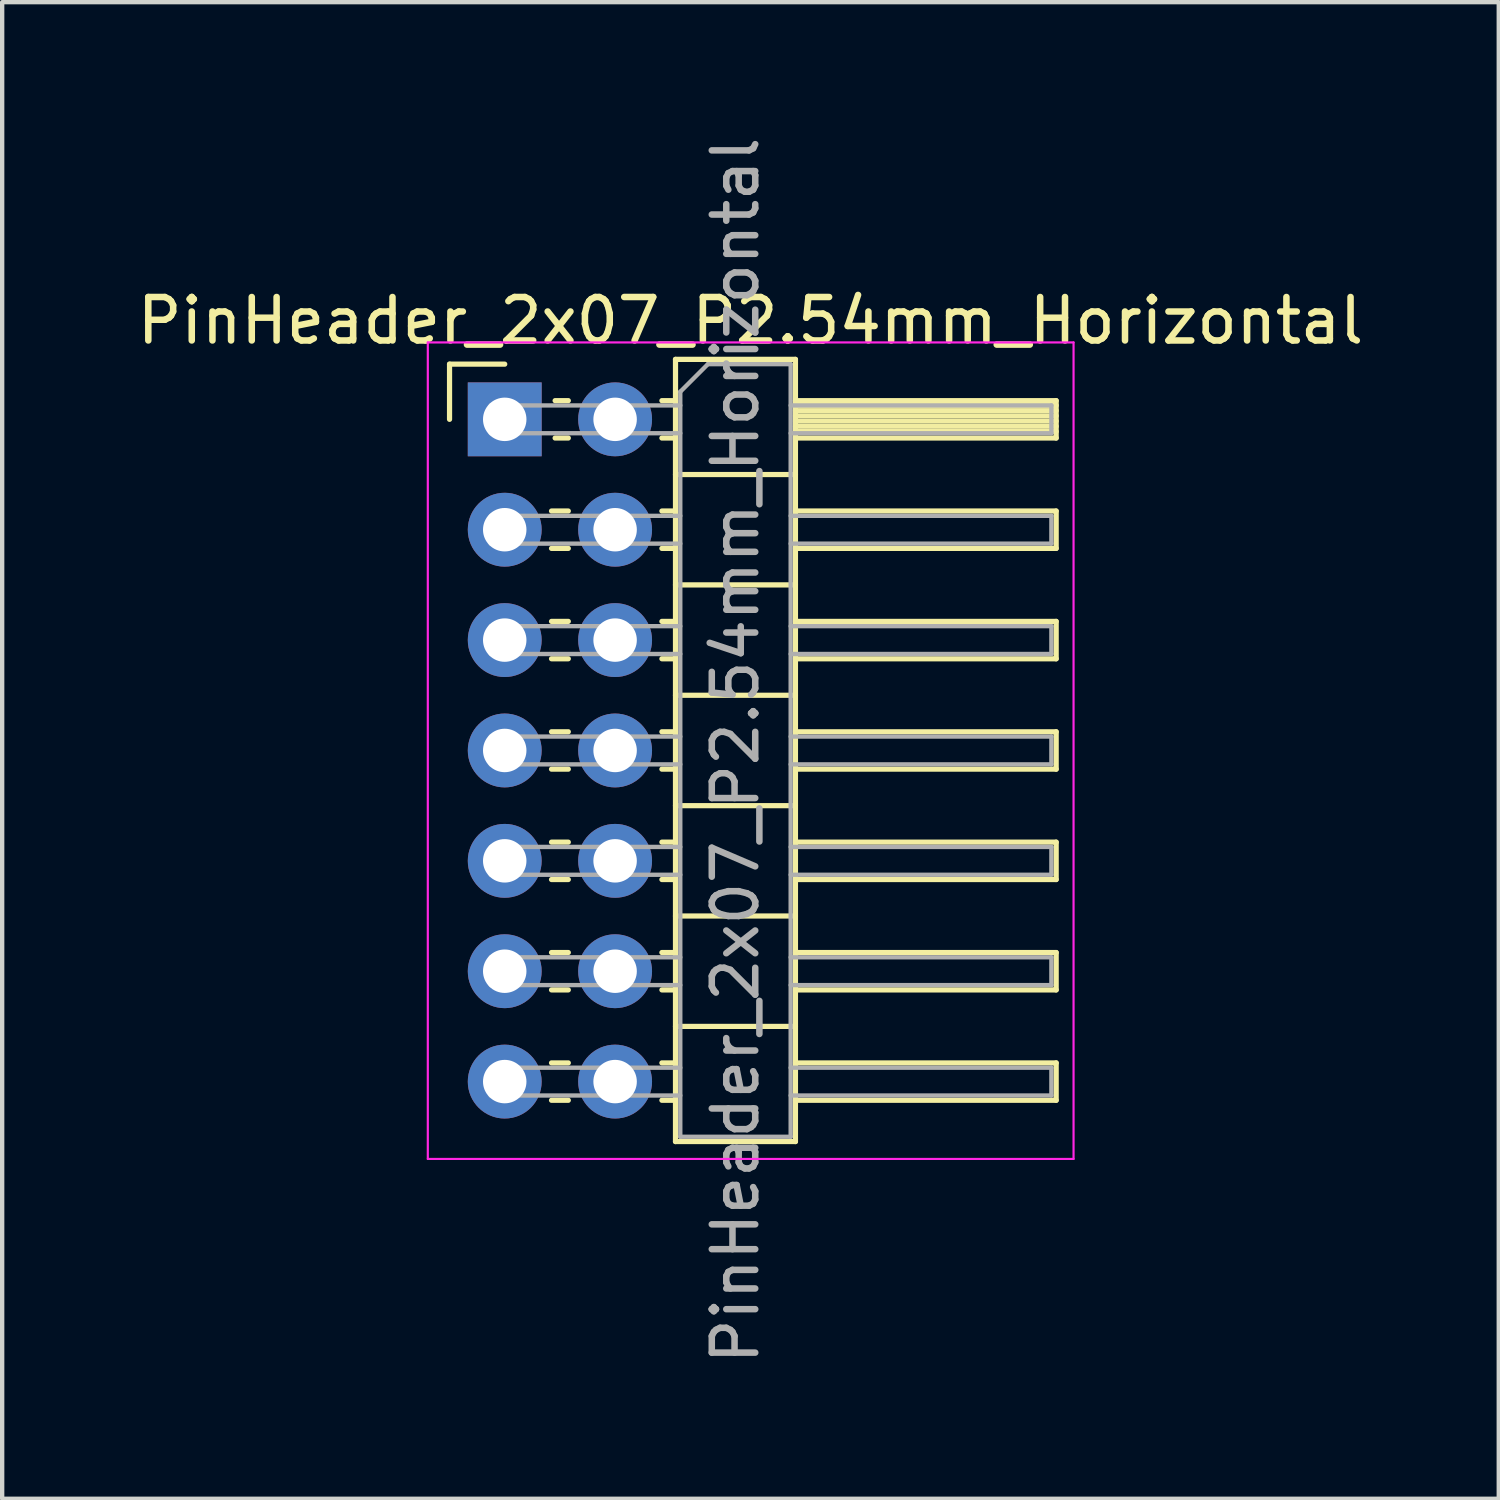
<source format=kicad_pcb>
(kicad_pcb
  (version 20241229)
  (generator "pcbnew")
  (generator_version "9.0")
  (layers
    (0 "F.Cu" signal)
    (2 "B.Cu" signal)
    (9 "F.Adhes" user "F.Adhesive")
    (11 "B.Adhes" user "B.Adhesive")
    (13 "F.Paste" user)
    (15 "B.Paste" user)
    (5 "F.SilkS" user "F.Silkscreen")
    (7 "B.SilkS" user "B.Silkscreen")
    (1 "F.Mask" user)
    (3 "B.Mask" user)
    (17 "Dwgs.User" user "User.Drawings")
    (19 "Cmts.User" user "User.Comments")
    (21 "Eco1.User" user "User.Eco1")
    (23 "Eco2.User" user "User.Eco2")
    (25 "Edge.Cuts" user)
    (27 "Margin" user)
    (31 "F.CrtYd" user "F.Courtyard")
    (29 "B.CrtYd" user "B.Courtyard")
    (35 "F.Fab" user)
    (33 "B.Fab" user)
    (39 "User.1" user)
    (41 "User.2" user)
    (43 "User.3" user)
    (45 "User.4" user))
  (footprint "PinHeader_2x07_P2.54mm_Horizontal"
    (layer "F.Cu")
    (at 8.565 6.6)
    (property "Reference" "PinHeader_2x07_P2.54mm_Horizontal" (at 5.655 -2.27 0) (layer "F.SilkS") (effects (font (size 1 1) (thickness 0.15))))
    (attr through_hole)
    (fp_line (start -1.27 -1.27) (end 0 -1.27) (stroke (width 0.12) (type solid)) (layer "F.SilkS"))
    (fp_line (start -1.27 0) (end -1.27 -1.27) (stroke (width 0.12) (type solid)) (layer "F.SilkS"))
    (fp_line (start 1.077 2.11) (end 1.463 2.11) (stroke (width 0.12) (type solid)) (layer "F.SilkS"))
    (fp_line (start 1.077 2.97) (end 1.463 2.97) (stroke (width 0.12) (type solid)) (layer "F.SilkS"))
    (fp_line (start 1.077 4.65) (end 1.463 4.65) (stroke (width 0.12) (type solid)) (layer "F.SilkS"))
    (fp_line (start 1.077 5.51) (end 1.463 5.51) (stroke (width 0.12) (type solid)) (layer "F.SilkS"))
    (fp_line (start 1.077 7.19) (end 1.463 7.19) (stroke (width 0.12) (type solid)) (layer "F.SilkS"))
    (fp_line (start 1.077 8.05) (end 1.463 8.05) (stroke (width 0.12) (type solid)) (layer "F.SilkS"))
    (fp_line (start 1.077 9.73) (end 1.463 9.73) (stroke (width 0.12) (type solid)) (layer "F.SilkS"))
    (fp_line (start 1.077 10.59) (end 1.463 10.59) (stroke (width 0.12) (type solid)) (layer "F.SilkS"))
    (fp_line (start 1.077 12.27) (end 1.463 12.27) (stroke (width 0.12) (type solid)) (layer "F.SilkS"))
    (fp_line (start 1.077 13.13) (end 1.463 13.13) (stroke (width 0.12) (type solid)) (layer "F.SilkS"))
    (fp_line (start 1.077 14.81) (end 1.463 14.81) (stroke (width 0.12) (type solid)) (layer "F.SilkS"))
    (fp_line (start 1.077 15.67) (end 1.463 15.67) (stroke (width 0.12) (type solid)) (layer "F.SilkS"))
    (fp_line (start 1.16 -0.43) (end 1.463 -0.43) (stroke (width 0.12) (type solid)) (layer "F.SilkS"))
    (fp_line (start 1.16 0.43) (end 1.463 0.43) (stroke (width 0.12) (type solid)) (layer "F.SilkS"))
    (fp_line (start 3.617 -0.43) (end 3.93 -0.43) (stroke (width 0.12) (type solid)) (layer "F.SilkS"))
    (fp_line (start 3.617 0.43) (end 3.93 0.43) (stroke (width 0.12) (type solid)) (layer "F.SilkS"))
    (fp_line (start 3.617 2.11) (end 3.93 2.11) (stroke (width 0.12) (type solid)) (layer "F.SilkS"))
    (fp_line (start 3.617 2.97) (end 3.93 2.97) (stroke (width 0.12) (type solid)) (layer "F.SilkS"))
    (fp_line (start 3.617 4.65) (end 3.93 4.65) (stroke (width 0.12) (type solid)) (layer "F.SilkS"))
    (fp_line (start 3.617 5.51) (end 3.93 5.51) (stroke (width 0.12) (type solid)) (layer "F.SilkS"))
    (fp_line (start 3.617 7.19) (end 3.93 7.19) (stroke (width 0.12) (type solid)) (layer "F.SilkS"))
    (fp_line (start 3.617 8.05) (end 3.93 8.05) (stroke (width 0.12) (type solid)) (layer "F.SilkS"))
    (fp_line (start 3.617 9.73) (end 3.93 9.73) (stroke (width 0.12) (type solid)) (layer "F.SilkS"))
    (fp_line (start 3.617 10.59) (end 3.93 10.59) (stroke (width 0.12) (type solid)) (layer "F.SilkS"))
    (fp_line (start 3.617 12.27) (end 3.93 12.27) (stroke (width 0.12) (type solid)) (layer "F.SilkS"))
    (fp_line (start 3.617 13.13) (end 3.93 13.13) (stroke (width 0.12) (type solid)) (layer "F.SilkS"))
    (fp_line (start 3.617 14.81) (end 3.93 14.81) (stroke (width 0.12) (type solid)) (layer "F.SilkS"))
    (fp_line (start 3.617 15.67) (end 3.93 15.67) (stroke (width 0.12) (type solid)) (layer "F.SilkS"))
    (fp_line (start 3.93 -1.38) (end 3.93 16.62) (stroke (width 0.12) (type solid)) (layer "F.SilkS"))
    (fp_line (start 3.93 1.27) (end 6.69 1.27) (stroke (width 0.12) (type solid)) (layer "F.SilkS"))
    (fp_line (start 3.93 3.81) (end 6.69 3.81) (stroke (width 0.12) (type solid)) (layer "F.SilkS"))
    (fp_line (start 3.93 6.35) (end 6.69 6.35) (stroke (width 0.12) (type solid)) (layer "F.SilkS"))
    (fp_line (start 3.93 8.89) (end 6.69 8.89) (stroke (width 0.12) (type solid)) (layer "F.SilkS"))
    (fp_line (start 3.93 11.43) (end 6.69 11.43) (stroke (width 0.12) (type solid)) (layer "F.SilkS"))
    (fp_line (start 3.93 13.97) (end 6.69 13.97) (stroke (width 0.12) (type solid)) (layer "F.SilkS"))
    (fp_line (start 3.93 16.62) (end 6.69 16.62) (stroke (width 0.12) (type solid)) (layer "F.SilkS"))
    (fp_line (start 6.69 -1.38) (end 3.93 -1.38) (stroke (width 0.12) (type solid)) (layer "F.SilkS"))
    (fp_line (start 6.69 -0.43) (end 12.69 -0.43) (stroke (width 0.12) (type solid)) (layer "F.SilkS"))
    (fp_line (start 6.69 -0.32) (end 12.69 -0.32) (stroke (width 0.12) (type solid)) (layer "F.SilkS"))
    (fp_line (start 6.69 -0.2) (end 12.69 -0.2) (stroke (width 0.12) (type solid)) (layer "F.SilkS"))
    (fp_line (start 6.69 -0.08) (end 12.69 -0.08) (stroke (width 0.12) (type solid)) (layer "F.SilkS"))
    (fp_line (start 6.69 0.04) (end 12.69 0.04) (stroke (width 0.12) (type solid)) (layer "F.SilkS"))
    (fp_line (start 6.69 0.16) (end 12.69 0.16) (stroke (width 0.12) (type solid)) (layer "F.SilkS"))
    (fp_line (start 6.69 0.28) (end 12.69 0.28) (stroke (width 0.12) (type solid)) (layer "F.SilkS"))
    (fp_line (start 6.69 2.11) (end 12.69 2.11) (stroke (width 0.12) (type solid)) (layer "F.SilkS"))
    (fp_line (start 6.69 4.65) (end 12.69 4.65) (stroke (width 0.12) (type solid)) (layer "F.SilkS"))
    (fp_line (start 6.69 7.19) (end 12.69 7.19) (stroke (width 0.12) (type solid)) (layer "F.SilkS"))
    (fp_line (start 6.69 9.73) (end 12.69 9.73) (stroke (width 0.12) (type solid)) (layer "F.SilkS"))
    (fp_line (start 6.69 12.27) (end 12.69 12.27) (stroke (width 0.12) (type solid)) (layer "F.SilkS"))
    (fp_line (start 6.69 14.81) (end 12.69 14.81) (stroke (width 0.12) (type solid)) (layer "F.SilkS"))
    (fp_line (start 6.69 16.62) (end 6.69 -1.38) (stroke (width 0.12) (type solid)) (layer "F.SilkS"))
    (fp_line (start 12.69 -0.43) (end 12.69 0.43) (stroke (width 0.12) (type solid)) (layer "F.SilkS"))
    (fp_line (start 12.69 0.43) (end 6.69 0.43) (stroke (width 0.12) (type solid)) (layer "F.SilkS"))
    (fp_line (start 12.69 2.11) (end 12.69 2.97) (stroke (width 0.12) (type solid)) (layer "F.SilkS"))
    (fp_line (start 12.69 2.97) (end 6.69 2.97) (stroke (width 0.12) (type solid)) (layer "F.SilkS"))
    (fp_line (start 12.69 4.65) (end 12.69 5.51) (stroke (width 0.12) (type solid)) (layer "F.SilkS"))
    (fp_line (start 12.69 5.51) (end 6.69 5.51) (stroke (width 0.12) (type solid)) (layer "F.SilkS"))
    (fp_line (start 12.69 7.19) (end 12.69 8.05) (stroke (width 0.12) (type solid)) (layer "F.SilkS"))
    (fp_line (start 12.69 8.05) (end 6.69 8.05) (stroke (width 0.12) (type solid)) (layer "F.SilkS"))
    (fp_line (start 12.69 9.73) (end 12.69 10.59) (stroke (width 0.12) (type solid)) (layer "F.SilkS"))
    (fp_line (start 12.69 10.59) (end 6.69 10.59) (stroke (width 0.12) (type solid)) (layer "F.SilkS"))
    (fp_line (start 12.69 12.27) (end 12.69 13.13) (stroke (width 0.12) (type solid)) (layer "F.SilkS"))
    (fp_line (start 12.69 13.13) (end 6.69 13.13) (stroke (width 0.12) (type solid)) (layer "F.SilkS"))
    (fp_line (start 12.69 14.81) (end 12.69 15.67) (stroke (width 0.12) (type solid)) (layer "F.SilkS"))
    (fp_line (start 12.69 15.67) (end 6.69 15.67) (stroke (width 0.12) (type solid)) (layer "F.SilkS"))
    (fp_line (start -1.77 -1.77) (end -1.77 17.02) (stroke (width 0.05) (type solid)) (layer "F.CrtYd"))
    (fp_line (start -1.77 17.02) (end 13.09 17.02) (stroke (width 0.05) (type solid)) (layer "F.CrtYd"))
    (fp_line (start 13.09 -1.77) (end -1.77 -1.77) (stroke (width 0.05) (type solid)) (layer "F.CrtYd"))
    (fp_line (start 13.09 17.02) (end 13.09 -1.77) (stroke (width 0.05) (type solid)) (layer "F.CrtYd"))
    (fp_line (start -0.32 -0.32) (end -0.32 0.32) (stroke (width 0.1) (type solid)) (layer "F.Fab"))
    (fp_line (start -0.32 -0.32) (end 4.04 -0.32) (stroke (width 0.1) (type solid)) (layer "F.Fab"))
    (fp_line (start -0.32 0.32) (end 4.04 0.32) (stroke (width 0.1) (type solid)) (layer "F.Fab"))
    (fp_line (start -0.32 2.22) (end -0.32 2.86) (stroke (width 0.1) (type solid)) (layer "F.Fab"))
    (fp_line (start -0.32 2.22) (end 4.04 2.22) (stroke (width 0.1) (type solid)) (layer "F.Fab"))
    (fp_line (start -0.32 2.86) (end 4.04 2.86) (stroke (width 0.1) (type solid)) (layer "F.Fab"))
    (fp_line (start -0.32 4.76) (end -0.32 5.4) (stroke (width 0.1) (type solid)) (layer "F.Fab"))
    (fp_line (start -0.32 4.76) (end 4.04 4.76) (stroke (width 0.1) (type solid)) (layer "F.Fab"))
    (fp_line (start -0.32 5.4) (end 4.04 5.4) (stroke (width 0.1) (type solid)) (layer "F.Fab"))
    (fp_line (start -0.32 7.3) (end -0.32 7.94) (stroke (width 0.1) (type solid)) (layer "F.Fab"))
    (fp_line (start -0.32 7.3) (end 4.04 7.3) (stroke (width 0.1) (type solid)) (layer "F.Fab"))
    (fp_line (start -0.32 7.94) (end 4.04 7.94) (stroke (width 0.1) (type solid)) (layer "F.Fab"))
    (fp_line (start -0.32 9.84) (end -0.32 10.48) (stroke (width 0.1) (type solid)) (layer "F.Fab"))
    (fp_line (start -0.32 9.84) (end 4.04 9.84) (stroke (width 0.1) (type solid)) (layer "F.Fab"))
    (fp_line (start -0.32 10.48) (end 4.04 10.48) (stroke (width 0.1) (type solid)) (layer "F.Fab"))
    (fp_line (start -0.32 12.38) (end -0.32 13.02) (stroke (width 0.1) (type solid)) (layer "F.Fab"))
    (fp_line (start -0.32 12.38) (end 4.04 12.38) (stroke (width 0.1) (type solid)) (layer "F.Fab"))
    (fp_line (start -0.32 13.02) (end 4.04 13.02) (stroke (width 0.1) (type solid)) (layer "F.Fab"))
    (fp_line (start -0.32 14.92) (end -0.32 15.56) (stroke (width 0.1) (type solid)) (layer "F.Fab"))
    (fp_line (start -0.32 14.92) (end 4.04 14.92) (stroke (width 0.1) (type solid)) (layer "F.Fab"))
    (fp_line (start -0.32 15.56) (end 4.04 15.56) (stroke (width 0.1) (type solid)) (layer "F.Fab"))
    (fp_line (start 4.04 -0.635) (end 4.675 -1.27) (stroke (width 0.1) (type solid)) (layer "F.Fab"))
    (fp_line (start 4.04 16.51) (end 4.04 -0.635) (stroke (width 0.1) (type solid)) (layer "F.Fab"))
    (fp_line (start 4.675 -1.27) (end 6.58 -1.27) (stroke (width 0.1) (type solid)) (layer "F.Fab"))
    (fp_line (start 6.58 -1.27) (end 6.58 16.51) (stroke (width 0.1) (type solid)) (layer "F.Fab"))
    (fp_line (start 6.58 -0.32) (end 12.58 -0.32) (stroke (width 0.1) (type solid)) (layer "F.Fab"))
    (fp_line (start 6.58 0.32) (end 12.58 0.32) (stroke (width 0.1) (type solid)) (layer "F.Fab"))
    (fp_line (start 6.58 2.22) (end 12.58 2.22) (stroke (width 0.1) (type solid)) (layer "F.Fab"))
    (fp_line (start 6.58 2.86) (end 12.58 2.86) (stroke (width 0.1) (type solid)) (layer "F.Fab"))
    (fp_line (start 6.58 4.76) (end 12.58 4.76) (stroke (width 0.1) (type solid)) (layer "F.Fab"))
    (fp_line (start 6.58 5.4) (end 12.58 5.4) (stroke (width 0.1) (type solid)) (layer "F.Fab"))
    (fp_line (start 6.58 7.3) (end 12.58 7.3) (stroke (width 0.1) (type solid)) (layer "F.Fab"))
    (fp_line (start 6.58 7.94) (end 12.58 7.94) (stroke (width 0.1) (type solid)) (layer "F.Fab"))
    (fp_line (start 6.58 9.84) (end 12.58 9.84) (stroke (width 0.1) (type solid)) (layer "F.Fab"))
    (fp_line (start 6.58 10.48) (end 12.58 10.48) (stroke (width 0.1) (type solid)) (layer "F.Fab"))
    (fp_line (start 6.58 12.38) (end 12.58 12.38) (stroke (width 0.1) (type solid)) (layer "F.Fab"))
    (fp_line (start 6.58 13.02) (end 12.58 13.02) (stroke (width 0.1) (type solid)) (layer "F.Fab"))
    (fp_line (start 6.58 14.92) (end 12.58 14.92) (stroke (width 0.1) (type solid)) (layer "F.Fab"))
    (fp_line (start 6.58 15.56) (end 12.58 15.56) (stroke (width 0.1) (type solid)) (layer "F.Fab"))
    (fp_line (start 6.58 16.51) (end 4.04 16.51) (stroke (width 0.1) (type solid)) (layer "F.Fab"))
    (fp_line (start 12.58 -0.32) (end 12.58 0.32) (stroke (width 0.1) (type solid)) (layer "F.Fab"))
    (fp_line (start 12.58 2.22) (end 12.58 2.86) (stroke (width 0.1) (type solid)) (layer "F.Fab"))
    (fp_line (start 12.58 4.76) (end 12.58 5.4) (stroke (width 0.1) (type solid)) (layer "F.Fab"))
    (fp_line (start 12.58 7.3) (end 12.58 7.94) (stroke (width 0.1) (type solid)) (layer "F.Fab"))
    (fp_line (start 12.58 9.84) (end 12.58 10.48) (stroke (width 0.1) (type solid)) (layer "F.Fab"))
    (fp_line (start 12.58 12.38) (end 12.58 13.02) (stroke (width 0.1) (type solid)) (layer "F.Fab"))
    (fp_line (start 12.58 14.92) (end 12.58 15.56) (stroke (width 0.1) (type solid)) (layer "F.Fab"))
    (fp_text user "${REFERENCE}" (at 5.31 7.62 90) (layer "F.Fab") (effects (font (size 1 1) (thickness 0.15))))
    (pad "1" thru_hole rect (at 0 0) (size 1.7 1.7) (drill 1) (layers "*.Cu" "*.Mask"))
    (pad "2" thru_hole circle (at 2.54 0) (size 1.7 1.7) (drill 1) (layers "*.Cu" "*.Mask"))
    (pad "3" thru_hole circle (at 0 2.54) (size 1.7 1.7) (drill 1) (layers "*.Cu" "*.Mask"))
    (pad "4" thru_hole circle (at 2.54 2.54) (size 1.7 1.7) (drill 1) (layers "*.Cu" "*.Mask"))
    (pad "5" thru_hole circle (at 0 5.08) (size 1.7 1.7) (drill 1) (layers "*.Cu" "*.Mask"))
    (pad "6" thru_hole circle (at 2.54 5.08) (size 1.7 1.7) (drill 1) (layers "*.Cu" "*.Mask"))
    (pad "7" thru_hole circle (at 0 7.62) (size 1.7 1.7) (drill 1) (layers "*.Cu" "*.Mask"))
    (pad "8" thru_hole circle (at 2.54 7.62) (size 1.7 1.7) (drill 1) (layers "*.Cu" "*.Mask"))
    (pad "9" thru_hole circle (at 0 10.16) (size 1.7 1.7) (drill 1) (layers "*.Cu" "*.Mask"))
    (pad "10" thru_hole circle (at 2.54 10.16) (size 1.7 1.7) (drill 1) (layers "*.Cu" "*.Mask"))
    (pad "11" thru_hole circle (at 0 12.7) (size 1.7 1.7) (drill 1) (layers "*.Cu" "*.Mask"))
    (pad "12" thru_hole circle (at 2.54 12.7) (size 1.7 1.7) (drill 1) (layers "*.Cu" "*.Mask"))
    (pad "13" thru_hole circle (at 0 15.24) (size 1.7 1.7) (drill 1) (layers "*.Cu" "*.Mask"))
    (pad "14" thru_hole circle (at 2.54 15.24) (size 1.7 1.7) (drill 1) (layers "*.Cu" "*.Mask")))
  (gr_rect
    (start -3 -3)
    (end 31.44 31.44)
    (stroke (width 0.1) (type default))
    (fill no)
    (layer "Edge.Cuts")))
</source>
